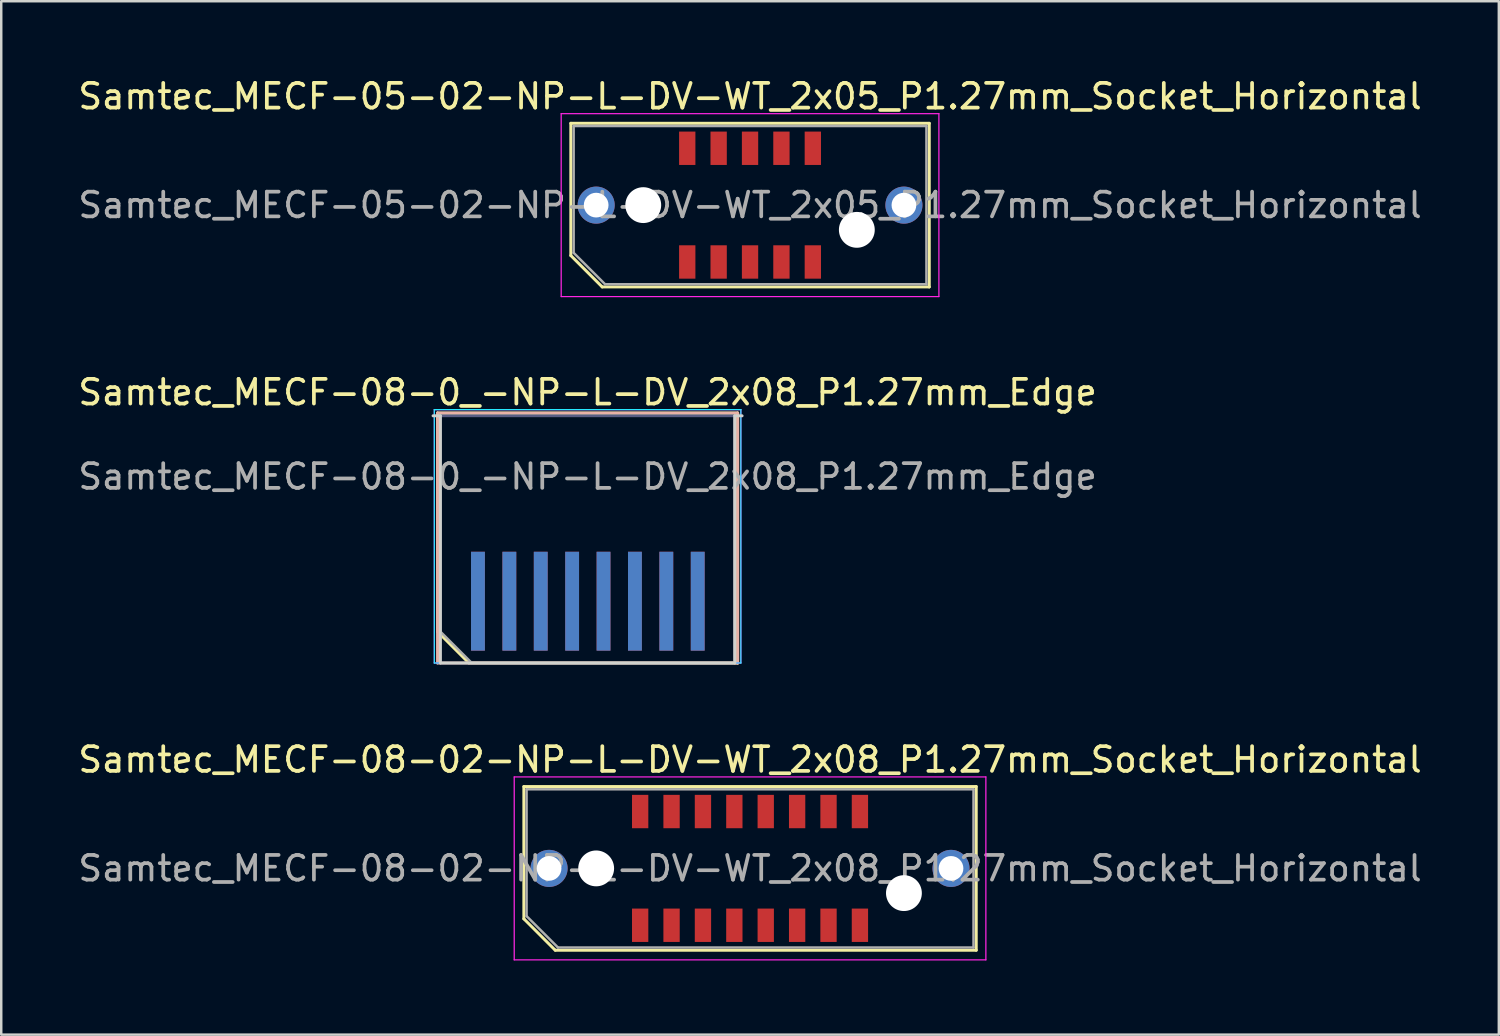
<source format=kicad_pcb>
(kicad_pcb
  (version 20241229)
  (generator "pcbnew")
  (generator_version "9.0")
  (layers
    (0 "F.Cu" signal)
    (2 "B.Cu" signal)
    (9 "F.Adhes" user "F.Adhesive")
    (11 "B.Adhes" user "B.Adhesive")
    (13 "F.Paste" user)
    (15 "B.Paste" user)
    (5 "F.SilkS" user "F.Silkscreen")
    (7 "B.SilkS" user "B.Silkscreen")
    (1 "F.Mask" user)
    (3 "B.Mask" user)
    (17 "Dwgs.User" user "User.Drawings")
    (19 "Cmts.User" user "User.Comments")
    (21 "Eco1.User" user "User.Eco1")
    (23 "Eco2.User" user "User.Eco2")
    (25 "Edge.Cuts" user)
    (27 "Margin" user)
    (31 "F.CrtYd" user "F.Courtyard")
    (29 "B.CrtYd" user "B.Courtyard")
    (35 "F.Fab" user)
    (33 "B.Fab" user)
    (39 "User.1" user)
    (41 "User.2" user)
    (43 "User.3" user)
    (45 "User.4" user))
  (footprint "Samtec_MECF-05-02-NP-L-DV-WT_2x05_P1.27mm_Socket_Horizontal"
    (layer "F.Cu")
    (at 27.292 5.248)
    (property "Reference" "Samtec_MECF-05-02-NP-L-DV-WT_2x05_P1.27mm_Socket_Horizontal" (at 0 -4.4 0) (layer "F.SilkS") (effects (font (size 1 1) (thickness 0.15))))
    (attr smd)
    (fp_line (start -7.25 -3.31) (end 7.25 -3.31) (stroke (width 0.12) (type solid)) (layer "F.SilkS"))
    (fp_line (start -7.25 2.04) (end -7.25 -3.31) (stroke (width 0.12) (type solid)) (layer "F.SilkS"))
    (fp_line (start -5.98 3.31) (end -7.25 2.04) (stroke (width 0.12) (type solid)) (layer "F.SilkS"))
    (fp_line (start -5.98 3.31) (end 7.25 3.31) (stroke (width 0.12) (type solid)) (layer "F.SilkS"))
    (fp_line (start 7.25 3.31) (end 7.25 -3.31) (stroke (width 0.12) (type solid)) (layer "F.SilkS"))
    (fp_line (start -7.64 -3.7) (end -7.64 3.7) (stroke (width 0.05) (type solid)) (layer "F.CrtYd"))
    (fp_line (start -7.64 3.7) (end 7.64 3.7) (stroke (width 0.05) (type solid)) (layer "F.CrtYd"))
    (fp_line (start 7.64 -3.7) (end -7.64 -3.7) (stroke (width 0.05) (type solid)) (layer "F.CrtYd"))
    (fp_line (start 7.64 3.7) (end 7.64 -3.7) (stroke (width 0.05) (type solid)) (layer "F.CrtYd"))
    (fp_line (start -7.135 -3.2) (end 7.135 -3.2) (stroke (width 0.1) (type solid)) (layer "F.Fab"))
    (fp_line (start -7.135 1.93) (end -7.135 -3.2) (stroke (width 0.1) (type solid)) (layer "F.Fab"))
    (fp_line (start -7.135 1.93) (end -5.865 3.2) (stroke (width 0.1) (type solid)) (layer "F.Fab"))
    (fp_line (start -5.865 3.2) (end 7.135 3.2) (stroke (width 0.1) (type solid)) (layer "F.Fab"))
    (fp_line (start 7.135 3.2) (end 7.135 -3.2) (stroke (width 0.1) (type solid)) (layer "F.Fab"))
    (fp_text user "${REFERENCE}" (at 0 0 0) (layer "F.Fab") (effects (font (size 1 1) (thickness 0.15))))
    (pad "" thru_hole circle (at -6.225 0) (size 1.5 1.5) (drill 1) (layers "*.Cu" "*.Mask"))
    (pad "" np_thru_hole circle (at -4.32 0) (size 1.45 1.45) (drill 1.45) (layers "*.Cu" "*.Mask"))
    (pad "" np_thru_hole circle (at 4.32 1) (size 1.45 1.45) (drill 1.45) (layers "*.Cu" "*.Mask"))
    (pad "" thru_hole circle (at 6.225 0) (size 1.5 1.5) (drill 1) (layers "*.Cu" "*.Mask"))
    (pad "1" smd rect (at -2.54 2.3) (size 0.66 1.35) (layers "F.Cu" "F.Mask" "F.Paste"))
    (pad "2" smd rect (at -2.54 -2.3) (size 0.66 1.35) (layers "F.Cu" "F.Mask" "F.Paste"))
    (pad "3" smd rect (at -1.27 2.3) (size 0.66 1.35) (layers "F.Cu" "F.Mask" "F.Paste"))
    (pad "4" smd rect (at -1.27 -2.3) (size 0.66 1.35) (layers "F.Cu" "F.Mask" "F.Paste"))
    (pad "5" smd rect (at 0 2.3) (size 0.66 1.35) (layers "F.Cu" "F.Mask" "F.Paste"))
    (pad "6" smd rect (at 0 -2.3) (size 0.66 1.35) (layers "F.Cu" "F.Mask" "F.Paste"))
    (pad "7" smd rect (at 1.27 2.3) (size 0.66 1.35) (layers "F.Cu" "F.Mask" "F.Paste"))
    (pad "8" smd rect (at 1.27 -2.3) (size 0.66 1.35) (layers "F.Cu" "F.Mask" "F.Paste"))
    (pad "9" smd rect (at 2.54 2.3) (size 0.66 1.35) (layers "F.Cu" "F.Mask" "F.Paste"))
    (pad "10" smd rect (at 2.54 -2.3) (size 0.66 1.35) (layers "F.Cu" "F.Mask" "F.Paste")))
  (footprint "Samtec_MECF-08-0_-NP-L-DV_2x08_P1.27mm_Edge"
    (layer "F.Cu")
    (at 20.72 18.771)
    (property "Reference" "Samtec_MECF-08-0_-NP-L-DV_2x08_P1.27mm_Edge" (at 0 -5.95 0) (layer "F.SilkS") (effects (font (size 1 1) (thickness 0.15))))
    (attr exclude_from_pos_files exclude_from_bom)
    (fp_line (start -6.07 -5.11) (end 6.07 -5.11) (stroke (width 0.12) (type solid)) (layer "F.SilkS"))
    (fp_line (start -6.07 3.73) (end -6.07 -5.11) (stroke (width 0.12) (type solid)) (layer "F.SilkS"))
    (fp_line (start -4.8 5) (end -6.07 3.73) (stroke (width 0.12) (type solid)) (layer "F.SilkS"))
    (fp_line (start -4.8 5) (end 6.07 5) (stroke (width 0.12) (type solid)) (layer "F.SilkS"))
    (fp_line (start 6.07 5) (end 6.07 -5.11) (stroke (width 0.12) (type solid)) (layer "F.SilkS"))
    (fp_line (start -6.07 -5.11) (end 6.07 -5.11) (stroke (width 0.12) (type solid)) (layer "B.SilkS"))
    (fp_line (start -6.07 5) (end -6.07 -5.11) (stroke (width 0.12) (type solid)) (layer "B.SilkS"))
    (fp_line (start -6.07 5) (end 6.07 5) (stroke (width 0.12) (type solid)) (layer "B.SilkS"))
    (fp_line (start 6.07 5) (end 6.07 -5.11) (stroke (width 0.12) (type solid)) (layer "B.SilkS"))
    (fp_line (start -6.25 -5) (end -5.955 -5) (stroke (width 0.12) (type solid)) (layer "Edge.Cuts"))
    (fp_line (start -5.955 5) (end -5.955 -5) (stroke (width 0.12) (type solid)) (layer "Edge.Cuts"))
    (fp_line (start -5.955 5) (end 5.955 5) (stroke (width 0.12) (type solid)) (layer "Edge.Cuts"))
    (fp_line (start 5.955 5) (end 5.955 -5) (stroke (width 0.12) (type solid)) (layer "Edge.Cuts"))
    (fp_line (start 6.25 -5) (end 5.955 -5) (stroke (width 0.12) (type solid)) (layer "Edge.Cuts"))
    (fp_line (start -6.2 -5.25) (end -6.2 5) (stroke (width 0.05) (type solid)) (layer "B.CrtYd"))
    (fp_line (start -6.2 5) (end 6.2 5) (stroke (width 0.05) (type solid)) (layer "B.CrtYd"))
    (fp_line (start 6.2 -5.25) (end -6.2 -5.25) (stroke (width 0.05) (type solid)) (layer "B.CrtYd"))
    (fp_line (start 6.2 5) (end 6.2 -5.25) (stroke (width 0.05) (type solid)) (layer "B.CrtYd"))
    (fp_line (start -6.2 -5.25) (end -6.2 5) (stroke (width 0.05) (type solid)) (layer "F.CrtYd"))
    (fp_line (start -6.2 5) (end 6.2 5) (stroke (width 0.05) (type solid)) (layer "F.CrtYd"))
    (fp_line (start 6.2 -5.25) (end -6.2 -5.25) (stroke (width 0.05) (type solid)) (layer "F.CrtYd"))
    (fp_line (start 6.2 5) (end 6.2 -5.25) (stroke (width 0.05) (type solid)) (layer "F.CrtYd"))
    (fp_line (start -5.955 -5) (end 5.955 -5) (stroke (width 0.1) (type solid)) (layer "B.Fab"))
    (fp_line (start -5.955 5) (end -5.955 -5) (stroke (width 0.1) (type solid)) (layer "B.Fab"))
    (fp_line (start -5.955 5) (end 5.955 5) (stroke (width 0.1) (type solid)) (layer "B.Fab"))
    (fp_line (start 5.955 5) (end 5.955 -5) (stroke (width 0.1) (type solid)) (layer "B.Fab"))
    (fp_line (start -5.955 -5) (end 5.955 -5) (stroke (width 0.1) (type solid)) (layer "F.Fab"))
    (fp_line (start -5.955 3.73) (end -5.955 -5) (stroke (width 0.1) (type solid)) (layer "F.Fab"))
    (fp_line (start -5.955 3.73) (end -4.685 5) (stroke (width 0.1) (type solid)) (layer "F.Fab"))
    (fp_line (start -4.685 5) (end 5.955 5) (stroke (width 0.1) (type solid)) (layer "F.Fab"))
    (fp_line (start 5.955 5) (end 5.955 -5) (stroke (width 0.1) (type solid)) (layer "F.Fab"))
    (fp_text user "${REFERENCE}" (at 0 -2.54 0) (layer "F.Fab") (effects (font (size 1 1) (thickness 0.15))))
    (pad "1" connect rect (at -4.435 2.5) (size 0.56 4) (layers "F.Cu" "F.Mask"))
    (pad "2" connect rect (at -4.435 2.5) (size 0.56 4) (layers "B.Cu" "B.Mask"))
    (pad "3" connect rect (at -3.165 2.5) (size 0.56 4) (layers "F.Cu" "F.Mask"))
    (pad "4" connect rect (at -3.165 2.5) (size 0.56 4) (layers "B.Cu" "B.Mask"))
    (pad "5" connect rect (at -1.895 2.5) (size 0.56 4) (layers "F.Cu" "F.Mask"))
    (pad "6" connect rect (at -1.895 2.5) (size 0.56 4) (layers "B.Cu" "B.Mask"))
    (pad "7" connect rect (at -0.625 2.5) (size 0.56 4) (layers "F.Cu" "F.Mask"))
    (pad "8" connect rect (at -0.625 2.5) (size 0.56 4) (layers "B.Cu" "B.Mask"))
    (pad "9" connect rect (at 0.645 2.5) (size 0.56 4) (layers "F.Cu" "F.Mask"))
    (pad "10" connect rect (at 0.645 2.5) (size 0.56 4) (layers "B.Cu" "B.Mask"))
    (pad "11" connect rect (at 1.915 2.5) (size 0.56 4) (layers "F.Cu" "F.Mask"))
    (pad "12" connect rect (at 1.915 2.5) (size 0.56 4) (layers "B.Cu" "B.Mask"))
    (pad "13" connect rect (at 3.185 2.5) (size 0.56 4) (layers "F.Cu" "F.Mask"))
    (pad "14" connect rect (at 3.185 2.5) (size 0.56 4) (layers "B.Cu" "B.Mask"))
    (pad "15" connect rect (at 4.455 2.5) (size 0.56 4) (layers "F.Cu" "F.Mask"))
    (pad "16" connect rect (at 4.455 2.5) (size 0.56 4) (layers "B.Cu" "B.Mask")))
  (footprint "Samtec_MECF-08-02-NP-L-DV-WT_2x08_P1.27mm_Socket_Horizontal"
    (layer "F.Cu")
    (at 27.292 32.08)
    (property "Reference" "Samtec_MECF-08-02-NP-L-DV-WT_2x08_P1.27mm_Socket_Horizontal" (at 0 -4.4 0) (layer "F.SilkS") (effects (font (size 1 1) (thickness 0.15))))
    (attr smd)
    (fp_line (start -9.15 -3.31) (end 9.15 -3.31) (stroke (width 0.12) (type solid)) (layer "F.SilkS"))
    (fp_line (start -9.15 2.04) (end -9.15 -3.31) (stroke (width 0.12) (type solid)) (layer "F.SilkS"))
    (fp_line (start -7.88 3.31) (end -9.15 2.04) (stroke (width 0.12) (type solid)) (layer "F.SilkS"))
    (fp_line (start -7.88 3.31) (end 9.15 3.31) (stroke (width 0.12) (type solid)) (layer "F.SilkS"))
    (fp_line (start 9.15 3.31) (end 9.15 -3.31) (stroke (width 0.12) (type solid)) (layer "F.SilkS"))
    (fp_line (start -9.54 -3.7) (end -9.54 3.7) (stroke (width 0.05) (type solid)) (layer "F.CrtYd"))
    (fp_line (start -9.54 3.7) (end 9.54 3.7) (stroke (width 0.05) (type solid)) (layer "F.CrtYd"))
    (fp_line (start 9.54 -3.7) (end -9.54 -3.7) (stroke (width 0.05) (type solid)) (layer "F.CrtYd"))
    (fp_line (start 9.54 3.7) (end 9.54 -3.7) (stroke (width 0.05) (type solid)) (layer "F.CrtYd"))
    (fp_line (start -9.04 -3.2) (end 9.04 -3.2) (stroke (width 0.1) (type solid)) (layer "F.Fab"))
    (fp_line (start -9.04 1.93) (end -9.04 -3.2) (stroke (width 0.1) (type solid)) (layer "F.Fab"))
    (fp_line (start -9.04 1.93) (end -7.77 3.2) (stroke (width 0.1) (type solid)) (layer "F.Fab"))
    (fp_line (start -7.77 3.2) (end 9.04 3.2) (stroke (width 0.1) (type solid)) (layer "F.Fab"))
    (fp_line (start 9.04 3.2) (end 9.04 -3.2) (stroke (width 0.1) (type solid)) (layer "F.Fab"))
    (fp_text user "${REFERENCE}" (at 0 0 0) (layer "F.Fab") (effects (font (size 1 1) (thickness 0.15))))
    (pad "" thru_hole circle (at -8.13 0) (size 1.5 1.5) (drill 1) (layers "*.Cu" "*.Mask"))
    (pad "" np_thru_hole circle (at -6.225 0) (size 1.45 1.45) (drill 1.45) (layers "*.Cu" "*.Mask"))
    (pad "" np_thru_hole circle (at 6.225 1) (size 1.45 1.45) (drill 1.45) (layers "*.Cu" "*.Mask"))
    (pad "" thru_hole circle (at 8.13 0) (size 1.5 1.5) (drill 1) (layers "*.Cu" "*.Mask"))
    (pad "1" smd rect (at -4.445 2.3) (size 0.66 1.35) (layers "F.Cu" "F.Mask" "F.Paste"))
    (pad "2" smd rect (at -4.445 -2.3) (size 0.66 1.35) (layers "F.Cu" "F.Mask" "F.Paste"))
    (pad "3" smd rect (at -3.175 2.3) (size 0.66 1.35) (layers "F.Cu" "F.Mask" "F.Paste"))
    (pad "4" smd rect (at -3.175 -2.3) (size 0.66 1.35) (layers "F.Cu" "F.Mask" "F.Paste"))
    (pad "5" smd rect (at -1.905 2.3) (size 0.66 1.35) (layers "F.Cu" "F.Mask" "F.Paste"))
    (pad "6" smd rect (at -1.905 -2.3) (size 0.66 1.35) (layers "F.Cu" "F.Mask" "F.Paste"))
    (pad "7" smd rect (at -0.635 2.3) (size 0.66 1.35) (layers "F.Cu" "F.Mask" "F.Paste"))
    (pad "8" smd rect (at -0.635 -2.3) (size 0.66 1.35) (layers "F.Cu" "F.Mask" "F.Paste"))
    (pad "9" smd rect (at 0.635 2.3) (size 0.66 1.35) (layers "F.Cu" "F.Mask" "F.Paste"))
    (pad "10" smd rect (at 0.635 -2.3) (size 0.66 1.35) (layers "F.Cu" "F.Mask" "F.Paste"))
    (pad "11" smd rect (at 1.905 2.3) (size 0.66 1.35) (layers "F.Cu" "F.Mask" "F.Paste"))
    (pad "12" smd rect (at 1.905 -2.3) (size 0.66 1.35) (layers "F.Cu" "F.Mask" "F.Paste"))
    (pad "13" smd rect (at 3.175 2.3) (size 0.66 1.35) (layers "F.Cu" "F.Mask" "F.Paste"))
    (pad "14" smd rect (at 3.175 -2.3) (size 0.66 1.35) (layers "F.Cu" "F.Mask" "F.Paste"))
    (pad "15" smd rect (at 4.445 2.3) (size 0.66 1.35) (layers "F.Cu" "F.Mask" "F.Paste"))
    (pad "16" smd rect (at 4.445 -2.3) (size 0.66 1.35) (layers "F.Cu" "F.Mask" "F.Paste")))
  (gr_rect
    (start -3 -3)
    (end 57.583 38.805)
    (stroke (width 0.1) (type default))
    (fill no)
    (layer "Edge.Cuts")))
</source>
